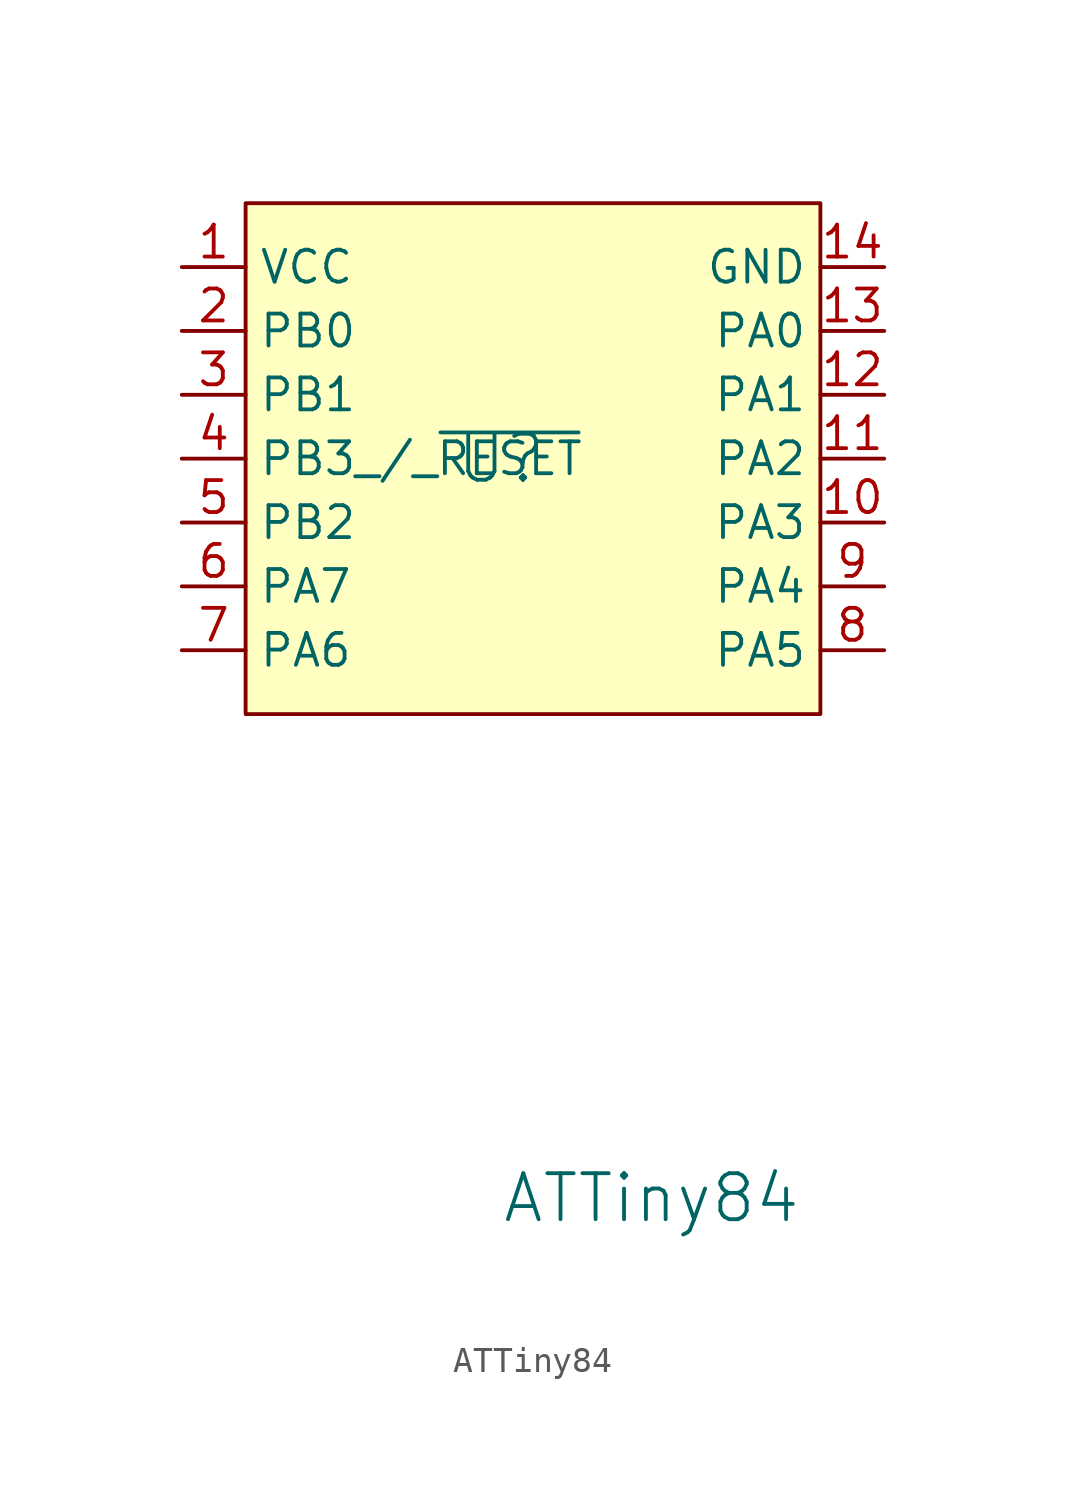
<source format=kicad_sym>
(kicad_symbol_lib
  (version 20241209)
  (generator "kicad_symbol_editor")
  (generator_version "9.0")
  (symbol "ATTiny84"
    (property "Reference" "U"
      (at 0 0 0)
      (effects (font (size 1.829 1.829))))
    (property "Value" "ATTiny84"
      (at 0 -30.48 0)
      (effects (font (size 1.829 1.829)) (justify left bottom)))
    (symbol "ATTiny84_1_0"
      (rectangle (start 12.7 10.16) (end -10.16 -10.16) (stroke (width 0) (type solid) (color 128 0 0 1)) (fill (type background)))
      (pin passive line (at -12.7 7.62 0) (length 2.54) (name "VCC" (effects (font (size 1.27 1.27)))) (number "1" (effects (font (size 1.27 1.27)))))
      (pin passive line (at -12.7 5.08 0) (length 2.54) (name "PB0" (effects (font (size 1.27 1.27)))) (number "2" (effects (font (size 1.27 1.27)))))
      (pin passive line (at -12.7 2.54 0) (length 2.54) (name "PB1" (effects (font (size 1.27 1.27)))) (number "3" (effects (font (size 1.27 1.27)))))
      (pin passive line (at -12.7 0 0) (length 2.54) (name "PB3_/_~{RESET}" (effects (font (size 1.27 1.27)))) (number "4" (effects (font (size 1.27 1.27)))))
      (pin passive line (at -12.7 -2.54 0) (length 2.54) (name "PB2" (effects (font (size 1.27 1.27)))) (number "5" (effects (font (size 1.27 1.27)))))
      (pin passive line (at -12.7 -5.08 0) (length 2.54) (name "PA7" (effects (font (size 1.27 1.27)))) (number "6" (effects (font (size 1.27 1.27)))))
      (pin passive line (at -12.7 -7.62 0) (length 2.54) (name "PA6" (effects (font (size 1.27 1.27)))) (number "7" (effects (font (size 1.27 1.27)))))
      (pin passive line (at 15.24 7.62 180) (length 2.54) (name "GND" (effects (font (size 1.27 1.27)))) (number "14" (effects (font (size 1.27 1.27)))))
      (pin passive line (at 15.24 5.08 180) (length 2.54) (name "PA0" (effects (font (size 1.27 1.27)))) (number "13" (effects (font (size 1.27 1.27)))))
      (pin passive line (at 15.24 2.54 180) (length 2.54) (name "PA1" (effects (font (size 1.27 1.27)))) (number "12" (effects (font (size 1.27 1.27)))))
      (pin passive line (at 15.24 0 180) (length 2.54) (name "PA2" (effects (font (size 1.27 1.27)))) (number "11" (effects (font (size 1.27 1.27)))))
      (pin passive line (at 15.24 -2.54 180) (length 2.54) (name "PA3" (effects (font (size 1.27 1.27)))) (number "10" (effects (font (size 1.27 1.27)))))
      (pin passive line (at 15.24 -5.08 180) (length 2.54) (name "PA4" (effects (font (size 1.27 1.27)))) (number "9" (effects (font (size 1.27 1.27)))))
      (pin passive line (at 15.24 -7.62 180) (length 2.54) (name "PA5" (effects (font (size 1.27 1.27)))) (number "8" (effects (font (size 1.27 1.27))))))))
</source>
